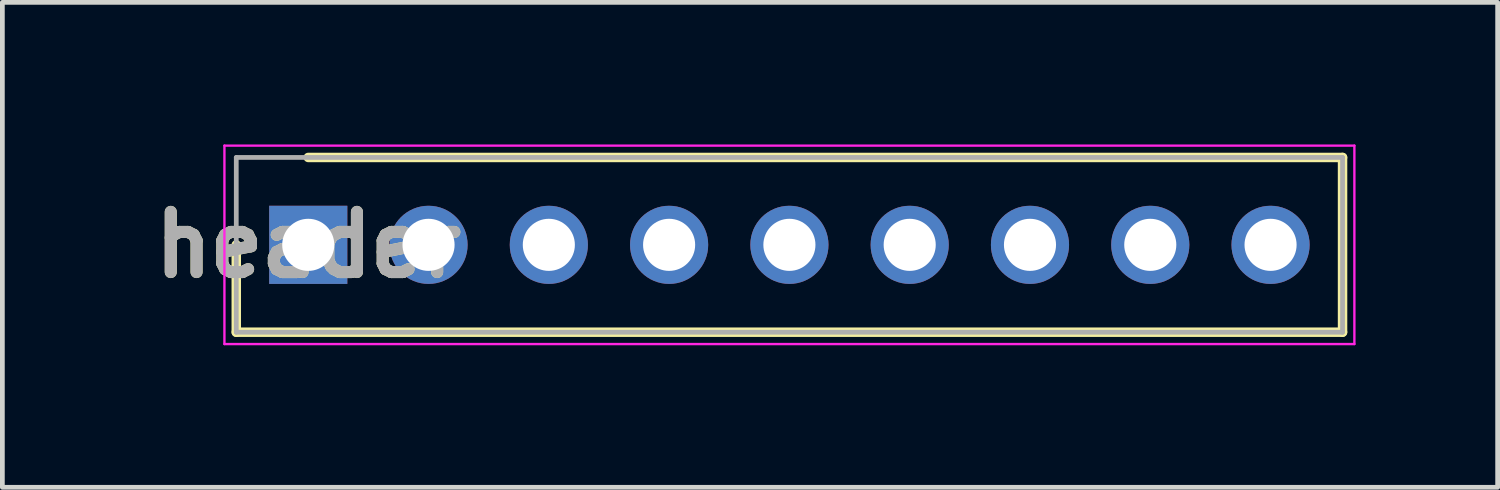
<source format=kicad_pcb>
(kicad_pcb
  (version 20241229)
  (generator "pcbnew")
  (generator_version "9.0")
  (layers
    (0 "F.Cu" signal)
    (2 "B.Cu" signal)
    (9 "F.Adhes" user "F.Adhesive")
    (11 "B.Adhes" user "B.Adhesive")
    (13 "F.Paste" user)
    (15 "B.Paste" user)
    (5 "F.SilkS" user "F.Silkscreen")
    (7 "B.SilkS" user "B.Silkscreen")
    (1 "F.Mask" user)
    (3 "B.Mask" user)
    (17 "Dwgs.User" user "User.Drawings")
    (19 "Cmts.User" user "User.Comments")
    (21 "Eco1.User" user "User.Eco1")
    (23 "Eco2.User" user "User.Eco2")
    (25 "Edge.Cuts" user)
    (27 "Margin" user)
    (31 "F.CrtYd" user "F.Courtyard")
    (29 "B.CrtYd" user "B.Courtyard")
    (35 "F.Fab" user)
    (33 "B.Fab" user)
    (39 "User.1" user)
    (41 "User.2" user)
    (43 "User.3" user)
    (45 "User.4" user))
  (footprint "header"
    (layer "F.Cu")
    (at 3.459 2.12)
    (property "Reference" "header" (at 0 0 0) (layer "F.SilkS") (effects (font (size 1.27 1.27) (thickness 0.254))))
    (attr through_hole)
    (fp_line (start -1.52 0) (end -1.52 1.845) (stroke (width 0.2) (type solid)) (layer "F.SilkS"))
    (fp_line (start -1.52 1.845) (end 21.84 1.845) (stroke (width 0.2) (type solid)) (layer "F.SilkS"))
    (fp_line (start 21.84 -1.845) (end 0 -1.845) (stroke (width 0.2) (type solid)) (layer "F.SilkS"))
    (fp_line (start 21.84 1.845) (end 21.84 -1.845) (stroke (width 0.2) (type solid)) (layer "F.SilkS"))
    (fp_line (start -1.77 -2.095) (end 22.09 -2.095) (stroke (width 0.05) (type solid)) (layer "F.CrtYd"))
    (fp_line (start -1.77 2.095) (end -1.77 -2.095) (stroke (width 0.05) (type solid)) (layer "F.CrtYd"))
    (fp_line (start 22.09 -2.095) (end 22.09 2.095) (stroke (width 0.05) (type solid)) (layer "F.CrtYd"))
    (fp_line (start 22.09 2.095) (end -1.77 2.095) (stroke (width 0.05) (type solid)) (layer "F.CrtYd"))
    (fp_line (start -1.52 -1.845) (end 21.84 -1.845) (stroke (width 0.1) (type solid)) (layer "F.Fab"))
    (fp_line (start -1.52 1.845) (end -1.52 -1.845) (stroke (width 0.1) (type solid)) (layer "F.Fab"))
    (fp_line (start 21.84 -1.845) (end 21.84 1.845) (stroke (width 0.1) (type solid)) (layer "F.Fab"))
    (fp_line (start 21.84 1.845) (end -1.52 1.845) (stroke (width 0.1) (type solid)) (layer "F.Fab"))
    (fp_text user "${REFERENCE}" (at 0 0 0) (layer "F.Fab") (effects (font (size 1.27 1.27) (thickness 0.254))))
    (pad "1" thru_hole rect (at 0 0) (size 1.65 1.65) (drill 1.1) (layers "*.Cu" "*.Mask"))
    (pad "2" thru_hole circle (at 2.54 0) (size 1.65 1.65) (drill 1.1) (layers "*.Cu" "*.Mask"))
    (pad "3" thru_hole circle (at 5.08 0) (size 1.65 1.65) (drill 1.1) (layers "*.Cu" "*.Mask"))
    (pad "4" thru_hole circle (at 7.62 0) (size 1.65 1.65) (drill 1.1) (layers "*.Cu" "*.Mask"))
    (pad "5" thru_hole circle (at 10.16 0) (size 1.65 1.65) (drill 1.1) (layers "*.Cu" "*.Mask"))
    (pad "6" thru_hole circle (at 12.7 0) (size 1.65 1.65) (drill 1.1) (layers "*.Cu" "*.Mask"))
    (pad "7" thru_hole circle (at 15.24 0) (size 1.65 1.65) (drill 1.1) (layers "*.Cu" "*.Mask"))
    (pad "8" thru_hole circle (at 17.78 0) (size 1.65 1.65) (drill 1.1) (layers "*.Cu" "*.Mask"))
    (pad "9" thru_hole circle (at 20.32 0) (size 1.65 1.65) (drill 1.1) (layers "*.Cu" "*.Mask")))
  (gr_rect
    (start -3 -3)
    (end 28.574 7.24)
    (stroke (width 0.1) (type default))
    (fill no)
    (layer "Edge.Cuts")))
</source>
